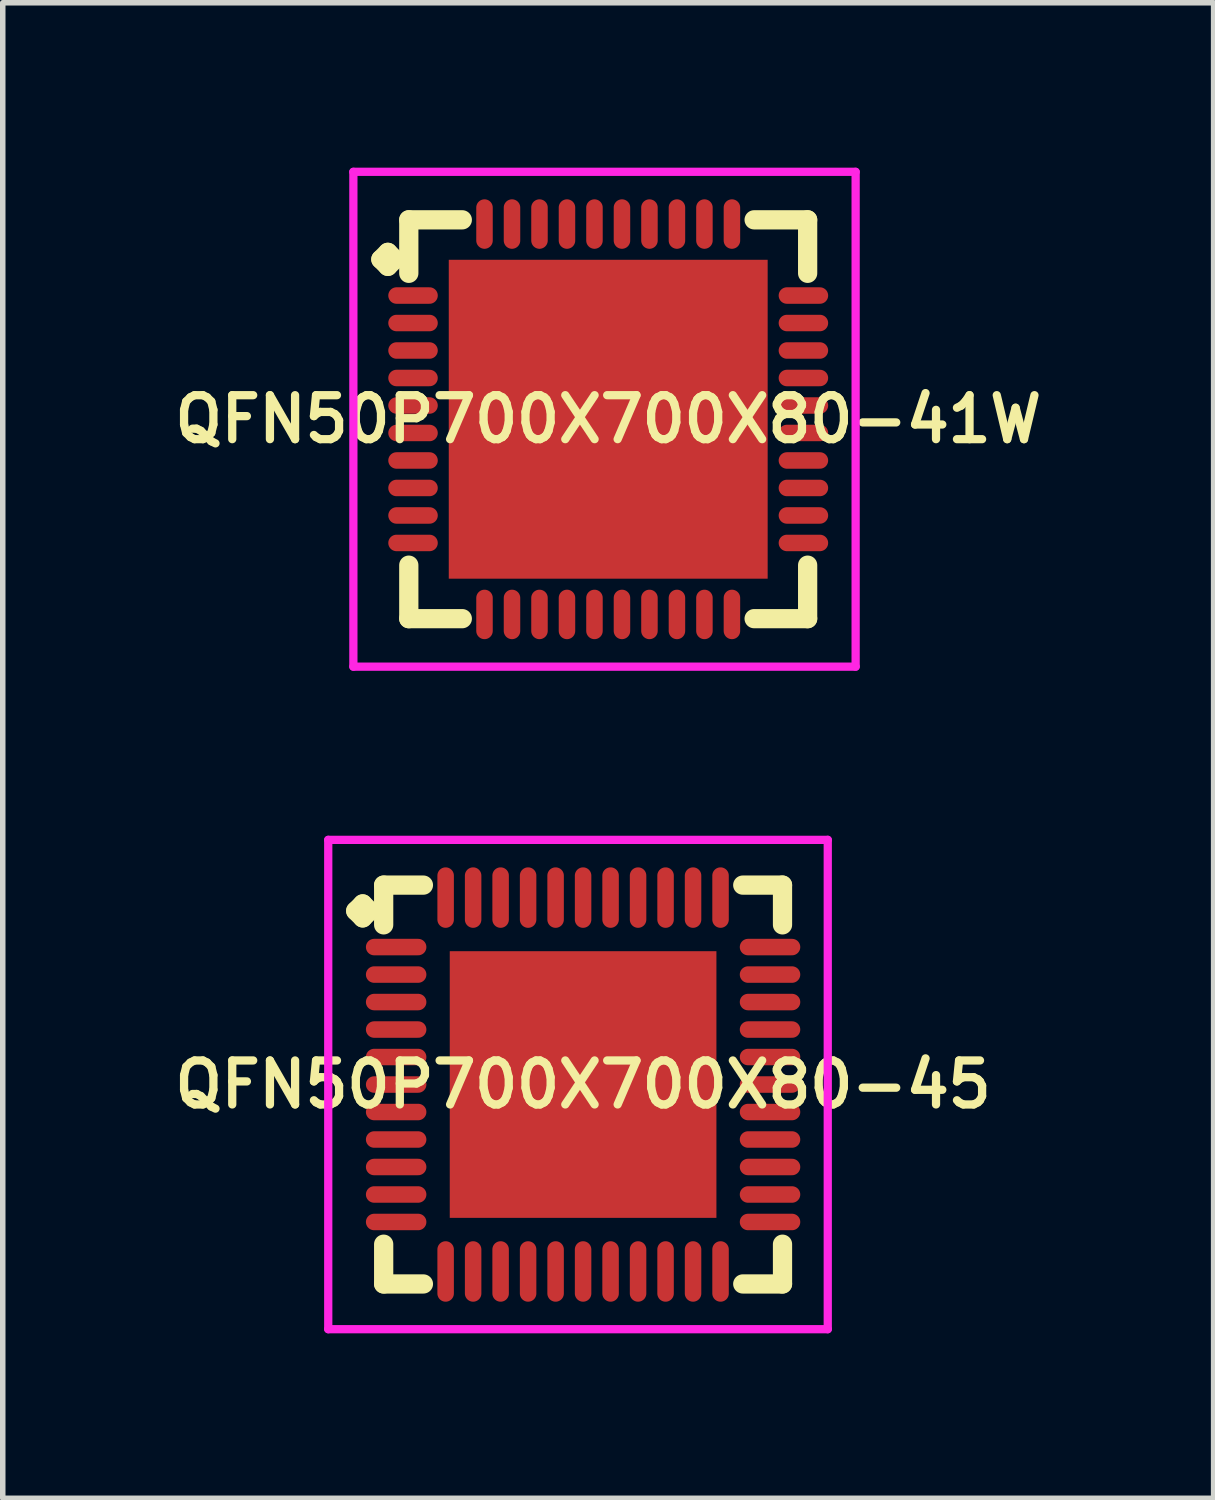
<source format=kicad_pcb>
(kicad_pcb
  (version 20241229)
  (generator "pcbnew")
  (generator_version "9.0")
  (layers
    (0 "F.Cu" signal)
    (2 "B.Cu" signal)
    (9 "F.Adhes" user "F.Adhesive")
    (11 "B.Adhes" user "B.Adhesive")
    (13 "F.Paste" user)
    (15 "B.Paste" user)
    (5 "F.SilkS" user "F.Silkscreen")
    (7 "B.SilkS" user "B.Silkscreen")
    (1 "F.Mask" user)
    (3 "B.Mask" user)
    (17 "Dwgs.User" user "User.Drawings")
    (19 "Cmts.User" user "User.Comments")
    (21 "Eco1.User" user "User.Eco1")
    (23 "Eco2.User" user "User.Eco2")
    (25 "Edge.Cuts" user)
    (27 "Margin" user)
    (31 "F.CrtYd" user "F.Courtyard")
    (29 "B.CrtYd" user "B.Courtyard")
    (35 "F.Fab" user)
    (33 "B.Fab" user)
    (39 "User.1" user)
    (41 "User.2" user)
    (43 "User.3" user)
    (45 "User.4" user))
  (footprint "QFN50P700X700X80-41W"
    (layer "F.Cu")
    (at 8.012 4.575)
    (property "Reference" "QFN50P700X700X80-41W" (at 0 0 0) (layer "F.SilkS") (effects (font (size 0.8 0.8) (thickness 0.15))))
    (attr smd)
    (fp_line (start -4.135 -2.908) (end -4.008 -3.035) (stroke (width 0.35) (type solid)) (layer "F.SilkS"))
    (fp_line (start -4.008 -3.035) (end -3.881 -2.908) (stroke (width 0.35) (type solid)) (layer "F.SilkS"))
    (fp_line (start -4.008 -2.781) (end -4.135 -2.908) (stroke (width 0.35) (type solid)) (layer "F.SilkS"))
    (fp_line (start -3.881 -2.908) (end -4.008 -2.781) (stroke (width 0.35) (type solid)) (layer "F.SilkS"))
    (fp_line (start -3.627 -3.627) (end -2.654 -3.627) (stroke (width 0.35) (type solid)) (layer "F.SilkS"))
    (fp_line (start -3.627 -2.654) (end -3.627 -3.627) (stroke (width 0.35) (type solid)) (layer "F.SilkS"))
    (fp_line (start -3.627 2.654) (end -3.627 3.627) (stroke (width 0.35) (type solid)) (layer "F.SilkS"))
    (fp_line (start -3.627 3.627) (end -2.654 3.627) (stroke (width 0.35) (type solid)) (layer "F.SilkS"))
    (fp_line (start 2.654 -3.627) (end 3.627 -3.627) (stroke (width 0.35) (type solid)) (layer "F.SilkS"))
    (fp_line (start 2.654 3.627) (end 3.627 3.627) (stroke (width 0.35) (type solid)) (layer "F.SilkS"))
    (fp_line (start 3.627 -3.627) (end 3.627 -2.654) (stroke (width 0.35) (type solid)) (layer "F.SilkS"))
    (fp_line (start 3.627 3.627) (end 3.627 2.654) (stroke (width 0.35) (type solid)) (layer "F.SilkS"))
    (fp_line (start -4.635 -4.5) (end 4.5 -4.5) (stroke (width 0.15) (type solid)) (layer "F.CrtYd"))
    (fp_line (start -4.635 4.5) (end -4.635 -4.5) (stroke (width 0.15) (type solid)) (layer "F.CrtYd"))
    (fp_line (start 4.5 -4.5) (end 4.5 4.5) (stroke (width 0.15) (type solid)) (layer "F.CrtYd"))
    (fp_line (start 4.5 4.5) (end -4.635 4.5) (stroke (width 0.15) (type solid)) (layer "F.CrtYd"))
    (pad "1" smd oval (at -3.55 -2.25) (size 0.9 0.3) (layers "F.Cu" "F.Mask" "F.Paste"))
    (pad "2" smd oval (at -3.55 -1.75) (size 0.9 0.3) (layers "F.Cu" "F.Mask" "F.Paste"))
    (pad "3" smd oval (at -3.55 -1.25) (size 0.9 0.3) (layers "F.Cu" "F.Mask" "F.Paste"))
    (pad "4" smd oval (at -3.55 -0.75) (size 0.9 0.3) (layers "F.Cu" "F.Mask" "F.Paste"))
    (pad "5" smd oval (at -3.55 -0.25) (size 0.9 0.3) (layers "F.Cu" "F.Mask" "F.Paste"))
    (pad "6" smd oval (at -3.55 0.25) (size 0.9 0.3) (layers "F.Cu" "F.Mask" "F.Paste"))
    (pad "7" smd oval (at -3.55 0.75) (size 0.9 0.3) (layers "F.Cu" "F.Mask" "F.Paste"))
    (pad "8" smd oval (at -3.55 1.25) (size 0.9 0.3) (layers "F.Cu" "F.Mask" "F.Paste"))
    (pad "9" smd oval (at -3.55 1.75) (size 0.9 0.3) (layers "F.Cu" "F.Mask" "F.Paste"))
    (pad "10" smd oval (at -3.55 2.25) (size 0.9 0.3) (layers "F.Cu" "F.Mask" "F.Paste"))
    (pad "11" smd oval (at -2.25 3.55) (size 0.3 0.9) (layers "F.Cu" "F.Mask" "F.Paste"))
    (pad "12" smd oval (at -1.75 3.55) (size 0.3 0.9) (layers "F.Cu" "F.Mask" "F.Paste"))
    (pad "13" smd oval (at -1.25 3.55) (size 0.3 0.9) (layers "F.Cu" "F.Mask" "F.Paste"))
    (pad "14" smd oval (at -0.75 3.55) (size 0.3 0.9) (layers "F.Cu" "F.Mask" "F.Paste"))
    (pad "15" smd oval (at -0.25 3.55) (size 0.3 0.9) (layers "F.Cu" "F.Mask" "F.Paste"))
    (pad "16" smd oval (at 0.25 3.55) (size 0.3 0.9) (layers "F.Cu" "F.Mask" "F.Paste"))
    (pad "17" smd oval (at 0.75 3.55) (size 0.3 0.9) (layers "F.Cu" "F.Mask" "F.Paste"))
    (pad "18" smd oval (at 1.25 3.55) (size 0.3 0.9) (layers "F.Cu" "F.Mask" "F.Paste"))
    (pad "19" smd oval (at 1.75 3.55) (size 0.3 0.9) (layers "F.Cu" "F.Mask" "F.Paste"))
    (pad "20" smd oval (at 2.25 3.55) (size 0.3 0.9) (layers "F.Cu" "F.Mask" "F.Paste"))
    (pad "21" smd oval (at 3.55 2.25) (size 0.9 0.3) (layers "F.Cu" "F.Mask" "F.Paste"))
    (pad "22" smd oval (at 3.55 1.75) (size 0.9 0.3) (layers "F.Cu" "F.Mask" "F.Paste"))
    (pad "23" smd oval (at 3.55 1.25) (size 0.9 0.3) (layers "F.Cu" "F.Mask" "F.Paste"))
    (pad "24" smd oval (at 3.55 0.75) (size 0.9 0.3) (layers "F.Cu" "F.Mask" "F.Paste"))
    (pad "25" smd oval (at 3.55 0.25) (size 0.9 0.3) (layers "F.Cu" "F.Mask" "F.Paste"))
    (pad "26" smd oval (at 3.55 -0.25) (size 0.9 0.3) (layers "F.Cu" "F.Mask" "F.Paste"))
    (pad "27" smd oval (at 3.55 -0.75) (size 0.9 0.3) (layers "F.Cu" "F.Mask" "F.Paste"))
    (pad "28" smd oval (at 3.55 -1.25) (size 0.9 0.3) (layers "F.Cu" "F.Mask" "F.Paste"))
    (pad "29" smd oval (at 3.55 -1.75) (size 0.9 0.3) (layers "F.Cu" "F.Mask" "F.Paste"))
    (pad "30" smd oval (at 3.55 -2.25) (size 0.9 0.3) (layers "F.Cu" "F.Mask" "F.Paste"))
    (pad "31" smd oval (at 2.25 -3.55) (size 0.3 0.9) (layers "F.Cu" "F.Mask" "F.Paste"))
    (pad "32" smd oval (at 1.75 -3.55) (size 0.3 0.9) (layers "F.Cu" "F.Mask" "F.Paste"))
    (pad "33" smd oval (at 1.25 -3.55) (size 0.3 0.9) (layers "F.Cu" "F.Mask" "F.Paste"))
    (pad "34" smd oval (at 0.75 -3.55) (size 0.3 0.9) (layers "F.Cu" "F.Mask" "F.Paste"))
    (pad "35" smd oval (at 0.25 -3.55) (size 0.3 0.9) (layers "F.Cu" "F.Mask" "F.Paste"))
    (pad "36" smd oval (at -0.25 -3.55) (size 0.3 0.9) (layers "F.Cu" "F.Mask" "F.Paste"))
    (pad "37" smd oval (at -0.75 -3.55) (size 0.3 0.9) (layers "F.Cu" "F.Mask" "F.Paste"))
    (pad "38" smd oval (at -1.25 -3.55) (size 0.3 0.9) (layers "F.Cu" "F.Mask" "F.Paste"))
    (pad "39" smd oval (at -1.75 -3.55) (size 0.3 0.9) (layers "F.Cu" "F.Mask" "F.Paste"))
    (pad "40" smd oval (at -2.25 -3.55) (size 0.3 0.9) (layers "F.Cu" "F.Mask" "F.Paste"))
    (pad "41" smd rect (at 0 0) (size 5.8 5.8) (layers "F.Cu" "F.Mask" "F.Paste")))
  (footprint "QFN50P700X700X80-45"
    (layer "F.Cu")
    (at 7.555 16.675)
    (property "Reference" "QFN50P700X700X80-45" (at 0 0 0) (layer "F.SilkS") (effects (font (size 0.8 0.8) (thickness 0.15))))
    (attr smd)
    (fp_line (start -4.135 -3.158) (end -4.008 -3.285) (stroke (width 0.35) (type solid)) (layer "F.SilkS"))
    (fp_line (start -4.008 -3.285) (end -3.881 -3.158) (stroke (width 0.35) (type solid)) (layer "F.SilkS"))
    (fp_line (start -4.008 -3.031) (end -4.135 -3.158) (stroke (width 0.35) (type solid)) (layer "F.SilkS"))
    (fp_line (start -3.881 -3.158) (end -4.008 -3.031) (stroke (width 0.35) (type solid)) (layer "F.SilkS"))
    (fp_line (start -3.627 -3.627) (end -2.904 -3.627) (stroke (width 0.35) (type solid)) (layer "F.SilkS"))
    (fp_line (start -3.627 -2.904) (end -3.627 -3.627) (stroke (width 0.35) (type solid)) (layer "F.SilkS"))
    (fp_line (start -3.627 2.904) (end -3.627 3.627) (stroke (width 0.35) (type solid)) (layer "F.SilkS"))
    (fp_line (start -3.627 3.627) (end -2.904 3.627) (stroke (width 0.35) (type solid)) (layer "F.SilkS"))
    (fp_line (start 2.904 -3.627) (end 3.627 -3.627) (stroke (width 0.35) (type solid)) (layer "F.SilkS"))
    (fp_line (start 2.904 3.627) (end 3.627 3.627) (stroke (width 0.35) (type solid)) (layer "F.SilkS"))
    (fp_line (start 3.627 -3.627) (end 3.627 -2.904) (stroke (width 0.35) (type solid)) (layer "F.SilkS"))
    (fp_line (start 3.627 3.627) (end 3.627 2.904) (stroke (width 0.35) (type solid)) (layer "F.SilkS"))
    (fp_line (start -4.635 -4.45) (end 4.45 -4.45) (stroke (width 0.15) (type solid)) (layer "F.CrtYd"))
    (fp_line (start -4.635 4.45) (end -4.635 -4.45) (stroke (width 0.15) (type solid)) (layer "F.CrtYd"))
    (fp_line (start 4.45 -4.45) (end 4.45 4.45) (stroke (width 0.15) (type solid)) (layer "F.CrtYd"))
    (fp_line (start 4.45 4.45) (end -4.635 4.45) (stroke (width 0.15) (type solid)) (layer "F.CrtYd"))
    (pad "1" smd oval (at -3.4 -2.5) (size 1.1 0.3) (layers "F.Cu" "F.Mask" "F.Paste"))
    (pad "2" smd oval (at -3.4 -2) (size 1.1 0.3) (layers "F.Cu" "F.Mask" "F.Paste"))
    (pad "3" smd oval (at -3.4 -1.5) (size 1.1 0.3) (layers "F.Cu" "F.Mask" "F.Paste"))
    (pad "4" smd oval (at -3.4 -1) (size 1.1 0.3) (layers "F.Cu" "F.Mask" "F.Paste"))
    (pad "5" smd oval (at -3.4 -0.5) (size 1.1 0.3) (layers "F.Cu" "F.Mask" "F.Paste"))
    (pad "6" smd oval (at -3.4 0) (size 1.1 0.3) (layers "F.Cu" "F.Mask" "F.Paste"))
    (pad "7" smd oval (at -3.4 0.5) (size 1.1 0.3) (layers "F.Cu" "F.Mask" "F.Paste"))
    (pad "8" smd oval (at -3.4 1) (size 1.1 0.3) (layers "F.Cu" "F.Mask" "F.Paste"))
    (pad "9" smd oval (at -3.4 1.5) (size 1.1 0.3) (layers "F.Cu" "F.Mask" "F.Paste"))
    (pad "10" smd oval (at -3.4 2) (size 1.1 0.3) (layers "F.Cu" "F.Mask" "F.Paste"))
    (pad "11" smd oval (at -3.4 2.5) (size 1.1 0.3) (layers "F.Cu" "F.Mask" "F.Paste"))
    (pad "12" smd oval (at -2.5 3.4) (size 0.3 1.1) (layers "F.Cu" "F.Mask" "F.Paste"))
    (pad "13" smd oval (at -2 3.4) (size 0.3 1.1) (layers "F.Cu" "F.Mask" "F.Paste"))
    (pad "14" smd oval (at -1.5 3.4) (size 0.3 1.1) (layers "F.Cu" "F.Mask" "F.Paste"))
    (pad "15" smd oval (at -1 3.4) (size 0.3 1.1) (layers "F.Cu" "F.Mask" "F.Paste"))
    (pad "16" smd oval (at -0.5 3.4) (size 0.3 1.1) (layers "F.Cu" "F.Mask" "F.Paste"))
    (pad "17" smd oval (at 0 3.4) (size 0.3 1.1) (layers "F.Cu" "F.Mask" "F.Paste"))
    (pad "18" smd oval (at 0.5 3.4) (size 0.3 1.1) (layers "F.Cu" "F.Mask" "F.Paste"))
    (pad "19" smd oval (at 1 3.4) (size 0.3 1.1) (layers "F.Cu" "F.Mask" "F.Paste"))
    (pad "20" smd oval (at 1.5 3.4) (size 0.3 1.1) (layers "F.Cu" "F.Mask" "F.Paste"))
    (pad "21" smd oval (at 2 3.4) (size 0.3 1.1) (layers "F.Cu" "F.Mask" "F.Paste"))
    (pad "22" smd oval (at 2.5 3.4) (size 0.3 1.1) (layers "F.Cu" "F.Mask" "F.Paste"))
    (pad "23" smd oval (at 3.4 2.5) (size 1.1 0.3) (layers "F.Cu" "F.Mask" "F.Paste"))
    (pad "24" smd oval (at 3.4 2) (size 1.1 0.3) (layers "F.Cu" "F.Mask" "F.Paste"))
    (pad "25" smd oval (at 3.4 1.5) (size 1.1 0.3) (layers "F.Cu" "F.Mask" "F.Paste"))
    (pad "26" smd oval (at 3.4 1) (size 1.1 0.3) (layers "F.Cu" "F.Mask" "F.Paste"))
    (pad "27" smd oval (at 3.4 0.5) (size 1.1 0.3) (layers "F.Cu" "F.Mask" "F.Paste"))
    (pad "28" smd oval (at 3.4 0) (size 1.1 0.3) (layers "F.Cu" "F.Mask" "F.Paste"))
    (pad "29" smd oval (at 3.4 -0.5) (size 1.1 0.3) (layers "F.Cu" "F.Mask" "F.Paste"))
    (pad "30" smd oval (at 3.4 -1) (size 1.1 0.3) (layers "F.Cu" "F.Mask" "F.Paste"))
    (pad "31" smd oval (at 3.4 -1.5) (size 1.1 0.3) (layers "F.Cu" "F.Mask" "F.Paste"))
    (pad "32" smd oval (at 3.4 -2) (size 1.1 0.3) (layers "F.Cu" "F.Mask" "F.Paste"))
    (pad "33" smd oval (at 3.4 -2.5) (size 1.1 0.3) (layers "F.Cu" "F.Mask" "F.Paste"))
    (pad "34" smd oval (at 2.5 -3.4) (size 0.3 1.1) (layers "F.Cu" "F.Mask" "F.Paste"))
    (pad "35" smd oval (at 2 -3.4) (size 0.3 1.1) (layers "F.Cu" "F.Mask" "F.Paste"))
    (pad "36" smd oval (at 1.5 -3.4) (size 0.3 1.1) (layers "F.Cu" "F.Mask" "F.Paste"))
    (pad "37" smd oval (at 1 -3.4) (size 0.3 1.1) (layers "F.Cu" "F.Mask" "F.Paste"))
    (pad "38" smd oval (at 0.5 -3.4) (size 0.3 1.1) (layers "F.Cu" "F.Mask" "F.Paste"))
    (pad "39" smd oval (at 0 -3.4) (size 0.3 1.1) (layers "F.Cu" "F.Mask" "F.Paste"))
    (pad "40" smd oval (at -0.5 -3.4) (size 0.3 1.1) (layers "F.Cu" "F.Mask" "F.Paste"))
    (pad "41" smd oval (at -1 -3.4) (size 0.3 1.1) (layers "F.Cu" "F.Mask" "F.Paste"))
    (pad "42" smd oval (at -1.5 -3.4) (size 0.3 1.1) (layers "F.Cu" "F.Mask" "F.Paste"))
    (pad "43" smd oval (at -2 -3.4) (size 0.3 1.1) (layers "F.Cu" "F.Mask" "F.Paste"))
    (pad "44" smd oval (at -2.5 -3.4) (size 0.3 1.1) (layers "F.Cu" "F.Mask" "F.Paste"))
    (pad "45" smd rect (at 0 0) (size 4.85 4.85) (layers "F.Cu" "F.Mask" "F.Paste")))
  (gr_rect
    (start -3 -3)
    (end 19.023 24.2)
    (stroke (width 0.1) (type default))
    (fill no)
    (layer "Edge.Cuts")))
</source>
